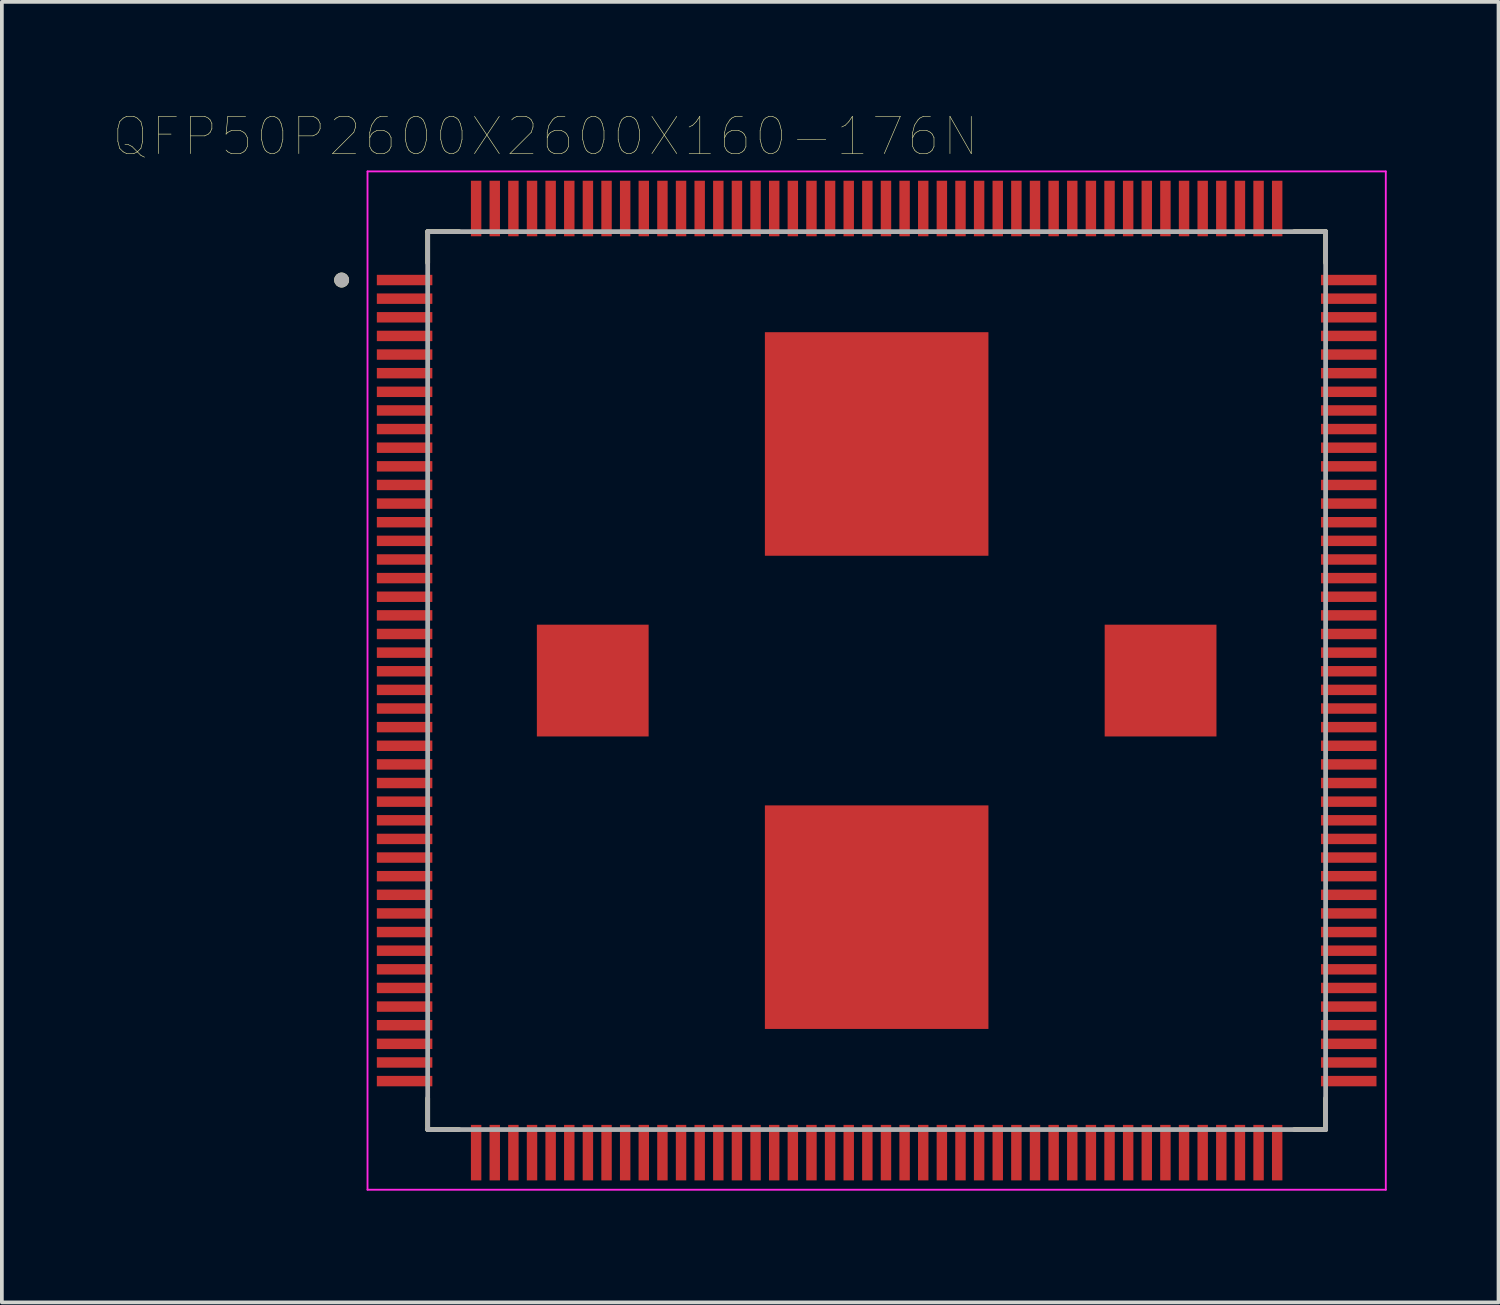
<source format=kicad_pcb>
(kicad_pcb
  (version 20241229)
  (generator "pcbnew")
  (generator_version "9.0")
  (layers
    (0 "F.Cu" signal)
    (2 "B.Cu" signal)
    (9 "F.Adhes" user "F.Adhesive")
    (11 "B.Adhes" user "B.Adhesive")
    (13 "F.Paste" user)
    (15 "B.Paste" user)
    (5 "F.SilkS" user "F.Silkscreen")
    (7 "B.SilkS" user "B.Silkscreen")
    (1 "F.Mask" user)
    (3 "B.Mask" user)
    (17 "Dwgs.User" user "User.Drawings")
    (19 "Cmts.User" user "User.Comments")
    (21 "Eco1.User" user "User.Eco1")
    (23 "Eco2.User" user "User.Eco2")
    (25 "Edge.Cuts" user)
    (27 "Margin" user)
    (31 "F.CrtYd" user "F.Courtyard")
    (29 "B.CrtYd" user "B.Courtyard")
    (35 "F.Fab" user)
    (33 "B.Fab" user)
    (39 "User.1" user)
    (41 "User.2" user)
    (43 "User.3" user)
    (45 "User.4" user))
  (footprint "QFP50P2600X2600X160-176N"
    (layer "F.Cu")
    (at 20.479 15.216)
    (property "Reference" "QFP50P2600X2600X160-176N" (at -8.89 -14.605 0) (layer "F.SilkS") (effects (font (size 1 1) (thickness 0.015))))
    (attr through_hole)
    (fp_line (start -12.05 -12.05) (end -12.05 -11.21) (stroke (width 0.127) (type solid)) (layer "F.SilkS"))
    (fp_line (start -12.05 -12.05) (end -11.21 -12.05) (stroke (width 0.127) (type solid)) (layer "F.SilkS"))
    (fp_line (start -12.05 12.05) (end -12.05 11.21) (stroke (width 0.127) (type solid)) (layer "F.SilkS"))
    (fp_line (start -12.05 12.05) (end -11.21 12.05) (stroke (width 0.127) (type solid)) (layer "F.SilkS"))
    (fp_line (start 12.05 -12.05) (end 11.21 -12.05) (stroke (width 0.127) (type solid)) (layer "F.SilkS"))
    (fp_line (start 12.05 -12.05) (end 12.05 -11.21) (stroke (width 0.127) (type solid)) (layer "F.SilkS"))
    (fp_line (start 12.05 12.05) (end 11.21 12.05) (stroke (width 0.127) (type solid)) (layer "F.SilkS"))
    (fp_line (start 12.05 12.05) (end 12.05 11.21) (stroke (width 0.127) (type solid)) (layer "F.SilkS"))
    (fp_circle (center -14.36 -10.75) (end -14.26 -10.75) (stroke (width 0.2) (type solid)) (fill no) (layer "F.SilkS"))
    (fp_poly (pts (xy -9.525 -1.905) (xy -5.715 -1.905) (xy -5.715 1.905) (xy -9.525 1.905)) (stroke (width 0.01) (type solid)) (fill yes) (layer "F.Paste"))
    (fp_poly (pts (xy -3.81 -10.16) (xy 3.81 -10.16) (xy 3.81 -2.54) (xy -3.81 -2.54)) (stroke (width 0.01) (type solid)) (fill yes) (layer "F.Paste"))
    (fp_poly (pts (xy -3.81 2.54) (xy 3.81 2.54) (xy 3.81 10.16) (xy -3.81 10.16)) (stroke (width 0.01) (type solid)) (fill yes) (layer "F.Paste"))
    (fp_poly (pts (xy 5.715 -1.905) (xy 9.525 -1.905) (xy 9.525 1.905) (xy 5.715 1.905)) (stroke (width 0.01) (type solid)) (fill yes) (layer "F.Paste"))
    (fp_line (start -13.665 -13.665) (end 13.665 -13.665) (stroke (width 0.05) (type solid)) (layer "F.CrtYd"))
    (fp_line (start -13.665 13.665) (end -13.665 -13.665) (stroke (width 0.05) (type solid)) (layer "F.CrtYd"))
    (fp_line (start -13.665 13.665) (end 13.665 13.665) (stroke (width 0.05) (type solid)) (layer "F.CrtYd"))
    (fp_line (start 13.665 13.665) (end 13.665 -13.665) (stroke (width 0.05) (type solid)) (layer "F.CrtYd"))
    (fp_line (start -12.05 12.05) (end -12.05 -12.05) (stroke (width 0.127) (type solid)) (layer "F.Fab"))
    (fp_line (start 12.05 -12.05) (end -12.05 -12.05) (stroke (width 0.127) (type solid)) (layer "F.Fab"))
    (fp_line (start 12.05 12.05) (end -12.05 12.05) (stroke (width 0.127) (type solid)) (layer "F.Fab"))
    (fp_line (start 12.05 12.05) (end 12.05 -12.05) (stroke (width 0.127) (type solid)) (layer "F.Fab"))
    (fp_circle (center -14.36 -10.75) (end -14.26 -10.75) (stroke (width 0.2) (type solid)) (fill no) (layer "F.Fab"))
    (pad "1" smd rect (at -12.67 -10.75) (size 1.49 0.28) (layers "F.Cu" "F.Mask" "F.Paste"))
    (pad "2" smd rect (at -12.67 -10.25) (size 1.49 0.28) (layers "F.Cu" "F.Mask" "F.Paste"))
    (pad "3" smd rect (at -12.67 -9.75) (size 1.49 0.28) (layers "F.Cu" "F.Mask" "F.Paste"))
    (pad "4" smd rect (at -12.67 -9.25) (size 1.49 0.28) (layers "F.Cu" "F.Mask" "F.Paste"))
    (pad "5" smd rect (at -12.67 -8.75) (size 1.49 0.28) (layers "F.Cu" "F.Mask" "F.Paste"))
    (pad "6" smd rect (at -12.67 -8.25) (size 1.49 0.28) (layers "F.Cu" "F.Mask" "F.Paste"))
    (pad "7" smd rect (at -12.67 -7.75) (size 1.49 0.28) (layers "F.Cu" "F.Mask" "F.Paste"))
    (pad "8" smd rect (at -12.67 -7.25) (size 1.49 0.28) (layers "F.Cu" "F.Mask" "F.Paste"))
    (pad "9" smd rect (at -12.67 -6.75) (size 1.49 0.28) (layers "F.Cu" "F.Mask" "F.Paste"))
    (pad "10" smd rect (at -12.67 -6.25) (size 1.49 0.28) (layers "F.Cu" "F.Mask" "F.Paste"))
    (pad "11" smd rect (at -12.67 -5.75) (size 1.49 0.28) (layers "F.Cu" "F.Mask" "F.Paste"))
    (pad "12" smd rect (at -12.67 -5.25) (size 1.49 0.28) (layers "F.Cu" "F.Mask" "F.Paste"))
    (pad "13" smd rect (at -12.67 -4.75) (size 1.49 0.28) (layers "F.Cu" "F.Mask" "F.Paste"))
    (pad "14" smd rect (at -12.67 -4.25) (size 1.49 0.28) (layers "F.Cu" "F.Mask" "F.Paste"))
    (pad "15" smd rect (at -12.67 -3.75) (size 1.49 0.28) (layers "F.Cu" "F.Mask" "F.Paste"))
    (pad "16" smd rect (at -12.67 -3.25) (size 1.49 0.28) (layers "F.Cu" "F.Mask" "F.Paste"))
    (pad "17" smd rect (at -12.67 -2.75) (size 1.49 0.28) (layers "F.Cu" "F.Mask" "F.Paste"))
    (pad "18" smd rect (at -12.67 -2.25) (size 1.49 0.28) (layers "F.Cu" "F.Mask" "F.Paste"))
    (pad "19" smd rect (at -12.67 -1.75) (size 1.49 0.28) (layers "F.Cu" "F.Mask" "F.Paste"))
    (pad "20" smd rect (at -12.67 -1.25) (size 1.49 0.28) (layers "F.Cu" "F.Mask" "F.Paste"))
    (pad "21" smd rect (at -12.67 -0.75) (size 1.49 0.28) (layers "F.Cu" "F.Mask" "F.Paste"))
    (pad "22" smd rect (at -12.67 -0.25) (size 1.49 0.28) (layers "F.Cu" "F.Mask" "F.Paste"))
    (pad "23" smd rect (at -12.67 0.25) (size 1.49 0.28) (layers "F.Cu" "F.Mask" "F.Paste"))
    (pad "24" smd rect (at -12.67 0.75) (size 1.49 0.28) (layers "F.Cu" "F.Mask" "F.Paste"))
    (pad "25" smd rect (at -12.67 1.25) (size 1.49 0.28) (layers "F.Cu" "F.Mask" "F.Paste"))
    (pad "26" smd rect (at -12.67 1.75) (size 1.49 0.28) (layers "F.Cu" "F.Mask" "F.Paste"))
    (pad "27" smd rect (at -12.67 2.25) (size 1.49 0.28) (layers "F.Cu" "F.Mask" "F.Paste"))
    (pad "28" smd rect (at -12.67 2.75) (size 1.49 0.28) (layers "F.Cu" "F.Mask" "F.Paste"))
    (pad "29" smd rect (at -12.67 3.25) (size 1.49 0.28) (layers "F.Cu" "F.Mask" "F.Paste"))
    (pad "30" smd rect (at -12.67 3.75) (size 1.49 0.28) (layers "F.Cu" "F.Mask" "F.Paste"))
    (pad "31" smd rect (at -12.67 4.25) (size 1.49 0.28) (layers "F.Cu" "F.Mask" "F.Paste"))
    (pad "32" smd rect (at -12.67 4.75) (size 1.49 0.28) (layers "F.Cu" "F.Mask" "F.Paste"))
    (pad "33" smd rect (at -12.67 5.25) (size 1.49 0.28) (layers "F.Cu" "F.Mask" "F.Paste"))
    (pad "34" smd rect (at -12.67 5.75) (size 1.49 0.28) (layers "F.Cu" "F.Mask" "F.Paste"))
    (pad "35" smd rect (at -12.67 6.25) (size 1.49 0.28) (layers "F.Cu" "F.Mask" "F.Paste"))
    (pad "36" smd rect (at -12.67 6.75) (size 1.49 0.28) (layers "F.Cu" "F.Mask" "F.Paste"))
    (pad "37" smd rect (at -12.67 7.25) (size 1.49 0.28) (layers "F.Cu" "F.Mask" "F.Paste"))
    (pad "38" smd rect (at -12.67 7.75) (size 1.49 0.28) (layers "F.Cu" "F.Mask" "F.Paste"))
    (pad "39" smd rect (at -12.67 8.25) (size 1.49 0.28) (layers "F.Cu" "F.Mask" "F.Paste"))
    (pad "40" smd rect (at -12.67 8.75) (size 1.49 0.28) (layers "F.Cu" "F.Mask" "F.Paste"))
    (pad "41" smd rect (at -12.67 9.25) (size 1.49 0.28) (layers "F.Cu" "F.Mask" "F.Paste"))
    (pad "42" smd rect (at -12.67 9.75) (size 1.49 0.28) (layers "F.Cu" "F.Mask" "F.Paste"))
    (pad "43" smd rect (at -12.67 10.25) (size 1.49 0.28) (layers "F.Cu" "F.Mask" "F.Paste"))
    (pad "44" smd rect (at -12.67 10.75) (size 1.49 0.28) (layers "F.Cu" "F.Mask" "F.Paste"))
    (pad "45" smd rect (at -10.75 12.67) (size 0.28 1.49) (layers "F.Cu" "F.Mask" "F.Paste"))
    (pad "46" smd rect (at -10.25 12.67) (size 0.28 1.49) (layers "F.Cu" "F.Mask" "F.Paste"))
    (pad "47" smd rect (at -9.75 12.67) (size 0.28 1.49) (layers "F.Cu" "F.Mask" "F.Paste"))
    (pad "48" smd rect (at -9.25 12.67) (size 0.28 1.49) (layers "F.Cu" "F.Mask" "F.Paste"))
    (pad "49" smd rect (at -8.75 12.67) (size 0.28 1.49) (layers "F.Cu" "F.Mask" "F.Paste"))
    (pad "50" smd rect (at -8.25 12.67) (size 0.28 1.49) (layers "F.Cu" "F.Mask" "F.Paste"))
    (pad "51" smd rect (at -7.75 12.67) (size 0.28 1.49) (layers "F.Cu" "F.Mask" "F.Paste"))
    (pad "52" smd rect (at -7.25 12.67) (size 0.28 1.49) (layers "F.Cu" "F.Mask" "F.Paste"))
    (pad "53" smd rect (at -6.75 12.67) (size 0.28 1.49) (layers "F.Cu" "F.Mask" "F.Paste"))
    (pad "54" smd rect (at -6.25 12.67) (size 0.28 1.49) (layers "F.Cu" "F.Mask" "F.Paste"))
    (pad "55" smd rect (at -5.75 12.67) (size 0.28 1.49) (layers "F.Cu" "F.Mask" "F.Paste"))
    (pad "56" smd rect (at -5.25 12.67) (size 0.28 1.49) (layers "F.Cu" "F.Mask" "F.Paste"))
    (pad "57" smd rect (at -4.75 12.67) (size 0.28 1.49) (layers "F.Cu" "F.Mask" "F.Paste"))
    (pad "58" smd rect (at -4.25 12.67) (size 0.28 1.49) (layers "F.Cu" "F.Mask" "F.Paste"))
    (pad "59" smd rect (at -3.75 12.67) (size 0.28 1.49) (layers "F.Cu" "F.Mask" "F.Paste"))
    (pad "60" smd rect (at -3.25 12.67) (size 0.28 1.49) (layers "F.Cu" "F.Mask" "F.Paste"))
    (pad "61" smd rect (at -2.75 12.67) (size 0.28 1.49) (layers "F.Cu" "F.Mask" "F.Paste"))
    (pad "62" smd rect (at -2.25 12.67) (size 0.28 1.49) (layers "F.Cu" "F.Mask" "F.Paste"))
    (pad "63" smd rect (at -1.75 12.67) (size 0.28 1.49) (layers "F.Cu" "F.Mask" "F.Paste"))
    (pad "64" smd rect (at -1.25 12.67) (size 0.28 1.49) (layers "F.Cu" "F.Mask" "F.Paste"))
    (pad "65" smd rect (at -0.75 12.67) (size 0.28 1.49) (layers "F.Cu" "F.Mask" "F.Paste"))
    (pad "66" smd rect (at -0.25 12.67) (size 0.28 1.49) (layers "F.Cu" "F.Mask" "F.Paste"))
    (pad "67" smd rect (at 0.25 12.67) (size 0.28 1.49) (layers "F.Cu" "F.Mask" "F.Paste"))
    (pad "68" smd rect (at 0.75 12.67) (size 0.28 1.49) (layers "F.Cu" "F.Mask" "F.Paste"))
    (pad "69" smd rect (at 1.25 12.67) (size 0.28 1.49) (layers "F.Cu" "F.Mask" "F.Paste"))
    (pad "70" smd rect (at 1.75 12.67) (size 0.28 1.49) (layers "F.Cu" "F.Mask" "F.Paste"))
    (pad "71" smd rect (at 2.25 12.67) (size 0.28 1.49) (layers "F.Cu" "F.Mask" "F.Paste"))
    (pad "72" smd rect (at 2.75 12.67) (size 0.28 1.49) (layers "F.Cu" "F.Mask" "F.Paste"))
    (pad "73" smd rect (at 3.25 12.67) (size 0.28 1.49) (layers "F.Cu" "F.Mask" "F.Paste"))
    (pad "74" smd rect (at 3.75 12.67) (size 0.28 1.49) (layers "F.Cu" "F.Mask" "F.Paste"))
    (pad "75" smd rect (at 4.25 12.67) (size 0.28 1.49) (layers "F.Cu" "F.Mask" "F.Paste"))
    (pad "76" smd rect (at 4.75 12.67) (size 0.28 1.49) (layers "F.Cu" "F.Mask" "F.Paste"))
    (pad "77" smd rect (at 5.25 12.67) (size 0.28 1.49) (layers "F.Cu" "F.Mask" "F.Paste"))
    (pad "78" smd rect (at 5.75 12.67) (size 0.28 1.49) (layers "F.Cu" "F.Mask" "F.Paste"))
    (pad "79" smd rect (at 6.25 12.67) (size 0.28 1.49) (layers "F.Cu" "F.Mask" "F.Paste"))
    (pad "80" smd rect (at 6.75 12.67) (size 0.28 1.49) (layers "F.Cu" "F.Mask" "F.Paste"))
    (pad "81" smd rect (at 7.25 12.67) (size 0.28 1.49) (layers "F.Cu" "F.Mask" "F.Paste"))
    (pad "82" smd rect (at 7.75 12.67) (size 0.28 1.49) (layers "F.Cu" "F.Mask" "F.Paste"))
    (pad "83" smd rect (at 8.25 12.67) (size 0.28 1.49) (layers "F.Cu" "F.Mask" "F.Paste"))
    (pad "84" smd rect (at 8.75 12.67) (size 0.28 1.49) (layers "F.Cu" "F.Mask" "F.Paste"))
    (pad "85" smd rect (at 9.25 12.67) (size 0.28 1.49) (layers "F.Cu" "F.Mask" "F.Paste"))
    (pad "86" smd rect (at 9.75 12.67) (size 0.28 1.49) (layers "F.Cu" "F.Mask" "F.Paste"))
    (pad "87" smd rect (at 10.25 12.67) (size 0.28 1.49) (layers "F.Cu" "F.Mask" "F.Paste"))
    (pad "88" smd rect (at 10.75 12.67) (size 0.28 1.49) (layers "F.Cu" "F.Mask" "F.Paste"))
    (pad "89" smd rect (at 12.67 10.75) (size 1.49 0.28) (layers "F.Cu" "F.Mask" "F.Paste"))
    (pad "90" smd rect (at 12.67 10.25) (size 1.49 0.28) (layers "F.Cu" "F.Mask" "F.Paste"))
    (pad "91" smd rect (at 12.67 9.75) (size 1.49 0.28) (layers "F.Cu" "F.Mask" "F.Paste"))
    (pad "92" smd rect (at 12.67 9.25) (size 1.49 0.28) (layers "F.Cu" "F.Mask" "F.Paste"))
    (pad "93" smd rect (at 12.67 8.75) (size 1.49 0.28) (layers "F.Cu" "F.Mask" "F.Paste"))
    (pad "94" smd rect (at 12.67 8.25) (size 1.49 0.28) (layers "F.Cu" "F.Mask" "F.Paste"))
    (pad "95" smd rect (at 12.67 7.75) (size 1.49 0.28) (layers "F.Cu" "F.Mask" "F.Paste"))
    (pad "96" smd rect (at 12.67 7.25) (size 1.49 0.28) (layers "F.Cu" "F.Mask" "F.Paste"))
    (pad "97" smd rect (at 12.67 6.75) (size 1.49 0.28) (layers "F.Cu" "F.Mask" "F.Paste"))
    (pad "98" smd rect (at 12.67 6.25) (size 1.49 0.28) (layers "F.Cu" "F.Mask" "F.Paste"))
    (pad "99" smd rect (at 12.67 5.75) (size 1.49 0.28) (layers "F.Cu" "F.Mask" "F.Paste"))
    (pad "100" smd rect (at 12.67 5.25) (size 1.49 0.28) (layers "F.Cu" "F.Mask" "F.Paste"))
    (pad "101" smd rect (at 12.67 4.75) (size 1.49 0.28) (layers "F.Cu" "F.Mask" "F.Paste"))
    (pad "102" smd rect (at 12.67 4.25) (size 1.49 0.28) (layers "F.Cu" "F.Mask" "F.Paste"))
    (pad "103" smd rect (at 12.67 3.75) (size 1.49 0.28) (layers "F.Cu" "F.Mask" "F.Paste"))
    (pad "104" smd rect (at 12.67 3.25) (size 1.49 0.28) (layers "F.Cu" "F.Mask" "F.Paste"))
    (pad "105" smd rect (at 12.67 2.75) (size 1.49 0.28) (layers "F.Cu" "F.Mask" "F.Paste"))
    (pad "106" smd rect (at 12.67 2.25) (size 1.49 0.28) (layers "F.Cu" "F.Mask" "F.Paste"))
    (pad "107" smd rect (at 12.67 1.75) (size 1.49 0.28) (layers "F.Cu" "F.Mask" "F.Paste"))
    (pad "108" smd rect (at 12.67 1.25) (size 1.49 0.28) (layers "F.Cu" "F.Mask" "F.Paste"))
    (pad "109" smd rect (at 12.67 0.75) (size 1.49 0.28) (layers "F.Cu" "F.Mask" "F.Paste"))
    (pad "110" smd rect (at 12.67 0.25) (size 1.49 0.28) (layers "F.Cu" "F.Mask" "F.Paste"))
    (pad "111" smd rect (at 12.67 -0.25) (size 1.49 0.28) (layers "F.Cu" "F.Mask" "F.Paste"))
    (pad "112" smd rect (at 12.67 -0.75) (size 1.49 0.28) (layers "F.Cu" "F.Mask" "F.Paste"))
    (pad "113" smd rect (at 12.67 -1.25) (size 1.49 0.28) (layers "F.Cu" "F.Mask" "F.Paste"))
    (pad "114" smd rect (at 12.67 -1.75) (size 1.49 0.28) (layers "F.Cu" "F.Mask" "F.Paste"))
    (pad "115" smd rect (at 12.67 -2.25) (size 1.49 0.28) (layers "F.Cu" "F.Mask" "F.Paste"))
    (pad "116" smd rect (at 12.67 -2.75) (size 1.49 0.28) (layers "F.Cu" "F.Mask" "F.Paste"))
    (pad "117" smd rect (at 12.67 -3.25) (size 1.49 0.28) (layers "F.Cu" "F.Mask" "F.Paste"))
    (pad "118" smd rect (at 12.67 -3.75) (size 1.49 0.28) (layers "F.Cu" "F.Mask" "F.Paste"))
    (pad "119" smd rect (at 12.67 -4.25) (size 1.49 0.28) (layers "F.Cu" "F.Mask" "F.Paste"))
    (pad "120" smd rect (at 12.67 -4.75) (size 1.49 0.28) (layers "F.Cu" "F.Mask" "F.Paste"))
    (pad "121" smd rect (at 12.67 -5.25) (size 1.49 0.28) (layers "F.Cu" "F.Mask" "F.Paste"))
    (pad "122" smd rect (at 12.67 -5.75) (size 1.49 0.28) (layers "F.Cu" "F.Mask" "F.Paste"))
    (pad "123" smd rect (at 12.67 -6.25) (size 1.49 0.28) (layers "F.Cu" "F.Mask" "F.Paste"))
    (pad "124" smd rect (at 12.67 -6.75) (size 1.49 0.28) (layers "F.Cu" "F.Mask" "F.Paste"))
    (pad "125" smd rect (at 12.67 -7.25) (size 1.49 0.28) (layers "F.Cu" "F.Mask" "F.Paste"))
    (pad "126" smd rect (at 12.67 -7.75) (size 1.49 0.28) (layers "F.Cu" "F.Mask" "F.Paste"))
    (pad "127" smd rect (at 12.67 -8.25) (size 1.49 0.28) (layers "F.Cu" "F.Mask" "F.Paste"))
    (pad "128" smd rect (at 12.67 -8.75) (size 1.49 0.28) (layers "F.Cu" "F.Mask" "F.Paste"))
    (pad "129" smd rect (at 12.67 -9.25) (size 1.49 0.28) (layers "F.Cu" "F.Mask" "F.Paste"))
    (pad "130" smd rect (at 12.67 -9.75) (size 1.49 0.28) (layers "F.Cu" "F.Mask" "F.Paste"))
    (pad "131" smd rect (at 12.67 -10.25) (size 1.49 0.28) (layers "F.Cu" "F.Mask" "F.Paste"))
    (pad "132" smd rect (at 12.67 -10.75) (size 1.49 0.28) (layers "F.Cu" "F.Mask" "F.Paste"))
    (pad "133" smd rect (at 10.75 -12.67) (size 0.28 1.49) (layers "F.Cu" "F.Mask" "F.Paste"))
    (pad "134" smd rect (at 10.25 -12.67) (size 0.28 1.49) (layers "F.Cu" "F.Mask" "F.Paste"))
    (pad "135" smd rect (at 9.75 -12.67) (size 0.28 1.49) (layers "F.Cu" "F.Mask" "F.Paste"))
    (pad "136" smd rect (at 9.25 -12.67) (size 0.28 1.49) (layers "F.Cu" "F.Mask" "F.Paste"))
    (pad "137" smd rect (at 8.75 -12.67) (size 0.28 1.49) (layers "F.Cu" "F.Mask" "F.Paste"))
    (pad "138" smd rect (at 8.25 -12.67) (size 0.28 1.49) (layers "F.Cu" "F.Mask" "F.Paste"))
    (pad "139" smd rect (at 7.75 -12.67) (size 0.28 1.49) (layers "F.Cu" "F.Mask" "F.Paste"))
    (pad "140" smd rect (at 7.25 -12.67) (size 0.28 1.49) (layers "F.Cu" "F.Mask" "F.Paste"))
    (pad "141" smd rect (at 6.75 -12.67) (size 0.28 1.49) (layers "F.Cu" "F.Mask" "F.Paste"))
    (pad "142" smd rect (at 6.25 -12.67) (size 0.28 1.49) (layers "F.Cu" "F.Mask" "F.Paste"))
    (pad "143" smd rect (at 5.75 -12.67) (size 0.28 1.49) (layers "F.Cu" "F.Mask" "F.Paste"))
    (pad "144" smd rect (at 5.25 -12.67) (size 0.28 1.49) (layers "F.Cu" "F.Mask" "F.Paste"))
    (pad "145" smd rect (at 4.75 -12.67) (size 0.28 1.49) (layers "F.Cu" "F.Mask" "F.Paste"))
    (pad "146" smd rect (at 4.25 -12.67) (size 0.28 1.49) (layers "F.Cu" "F.Mask" "F.Paste"))
    (pad "147" smd rect (at 3.75 -12.67) (size 0.28 1.49) (layers "F.Cu" "F.Mask" "F.Paste"))
    (pad "148" smd rect (at 3.25 -12.67) (size 0.28 1.49) (layers "F.Cu" "F.Mask" "F.Paste"))
    (pad "149" smd rect (at 2.75 -12.67) (size 0.28 1.49) (layers "F.Cu" "F.Mask" "F.Paste"))
    (pad "150" smd rect (at 2.25 -12.67) (size 0.28 1.49) (layers "F.Cu" "F.Mask" "F.Paste"))
    (pad "151" smd rect (at 1.75 -12.67) (size 0.28 1.49) (layers "F.Cu" "F.Mask" "F.Paste"))
    (pad "152" smd rect (at 1.25 -12.67) (size 0.28 1.49) (layers "F.Cu" "F.Mask" "F.Paste"))
    (pad "153" smd rect (at 0.75 -12.67) (size 0.28 1.49) (layers "F.Cu" "F.Mask" "F.Paste"))
    (pad "154" smd rect (at 0.25 -12.67) (size 0.28 1.49) (layers "F.Cu" "F.Mask" "F.Paste"))
    (pad "155" smd rect (at -0.25 -12.67) (size 0.28 1.49) (layers "F.Cu" "F.Mask" "F.Paste"))
    (pad "156" smd rect (at -0.75 -12.67) (size 0.28 1.49) (layers "F.Cu" "F.Mask" "F.Paste"))
    (pad "157" smd rect (at -1.25 -12.67) (size 0.28 1.49) (layers "F.Cu" "F.Mask" "F.Paste"))
    (pad "158" smd rect (at -1.75 -12.67) (size 0.28 1.49) (layers "F.Cu" "F.Mask" "F.Paste"))
    (pad "159" smd rect (at -2.25 -12.67) (size 0.28 1.49) (layers "F.Cu" "F.Mask" "F.Paste"))
    (pad "160" smd rect (at -2.75 -12.67) (size 0.28 1.49) (layers "F.Cu" "F.Mask" "F.Paste"))
    (pad "161" smd rect (at -3.25 -12.67) (size 0.28 1.49) (layers "F.Cu" "F.Mask" "F.Paste"))
    (pad "162" smd rect (at -3.75 -12.67) (size 0.28 1.49) (layers "F.Cu" "F.Mask" "F.Paste"))
    (pad "163" smd rect (at -4.25 -12.67) (size 0.28 1.49) (layers "F.Cu" "F.Mask" "F.Paste"))
    (pad "164" smd rect (at -4.75 -12.67) (size 0.28 1.49) (layers "F.Cu" "F.Mask" "F.Paste"))
    (pad "165" smd rect (at -5.25 -12.67) (size 0.28 1.49) (layers "F.Cu" "F.Mask" "F.Paste"))
    (pad "166" smd rect (at -5.75 -12.67) (size 0.28 1.49) (layers "F.Cu" "F.Mask" "F.Paste"))
    (pad "167" smd rect (at -6.25 -12.67) (size 0.28 1.49) (layers "F.Cu" "F.Mask" "F.Paste"))
    (pad "168" smd rect (at -6.75 -12.67) (size 0.28 1.49) (layers "F.Cu" "F.Mask" "F.Paste"))
    (pad "169" smd rect (at -7.25 -12.67) (size 0.28 1.49) (layers "F.Cu" "F.Mask" "F.Paste"))
    (pad "170" smd rect (at -7.75 -12.67) (size 0.28 1.49) (layers "F.Cu" "F.Mask" "F.Paste"))
    (pad "171" smd rect (at -8.25 -12.67) (size 0.28 1.49) (layers "F.Cu" "F.Mask" "F.Paste"))
    (pad "172" smd rect (at -8.75 -12.67) (size 0.28 1.49) (layers "F.Cu" "F.Mask" "F.Paste"))
    (pad "173" smd rect (at -9.25 -12.67) (size 0.28 1.49) (layers "F.Cu" "F.Mask" "F.Paste"))
    (pad "174" smd rect (at -9.75 -12.67) (size 0.28 1.49) (layers "F.Cu" "F.Mask" "F.Paste"))
    (pad "175" smd rect (at -10.25 -12.67) (size 0.28 1.49) (layers "F.Cu" "F.Mask" "F.Paste"))
    (pad "176" smd rect (at -10.75 -12.67) (size 0.28 1.49) (layers "F.Cu" "F.Mask" "F.Paste"))
    (pad "E1" smd rect (at 0 -6.35) (size 6 6) (layers "F.Cu" "F.Mask"))
    (pad "E2" smd rect (at 0 6.35) (size 6 6) (layers "F.Cu" "F.Mask"))
    (pad "E3" smd rect (at -7.62 0) (size 3 3) (layers "F.Cu" "F.Mask"))
    (pad "E4" smd rect (at 7.62 0) (size 3 3) (layers "F.Cu" "F.Mask")))
  (gr_rect
    (start -3 -3)
    (end 37.169 31.906)
    (stroke (width 0.1) (type default))
    (fill no)
    (layer "Edge.Cuts")))
</source>
